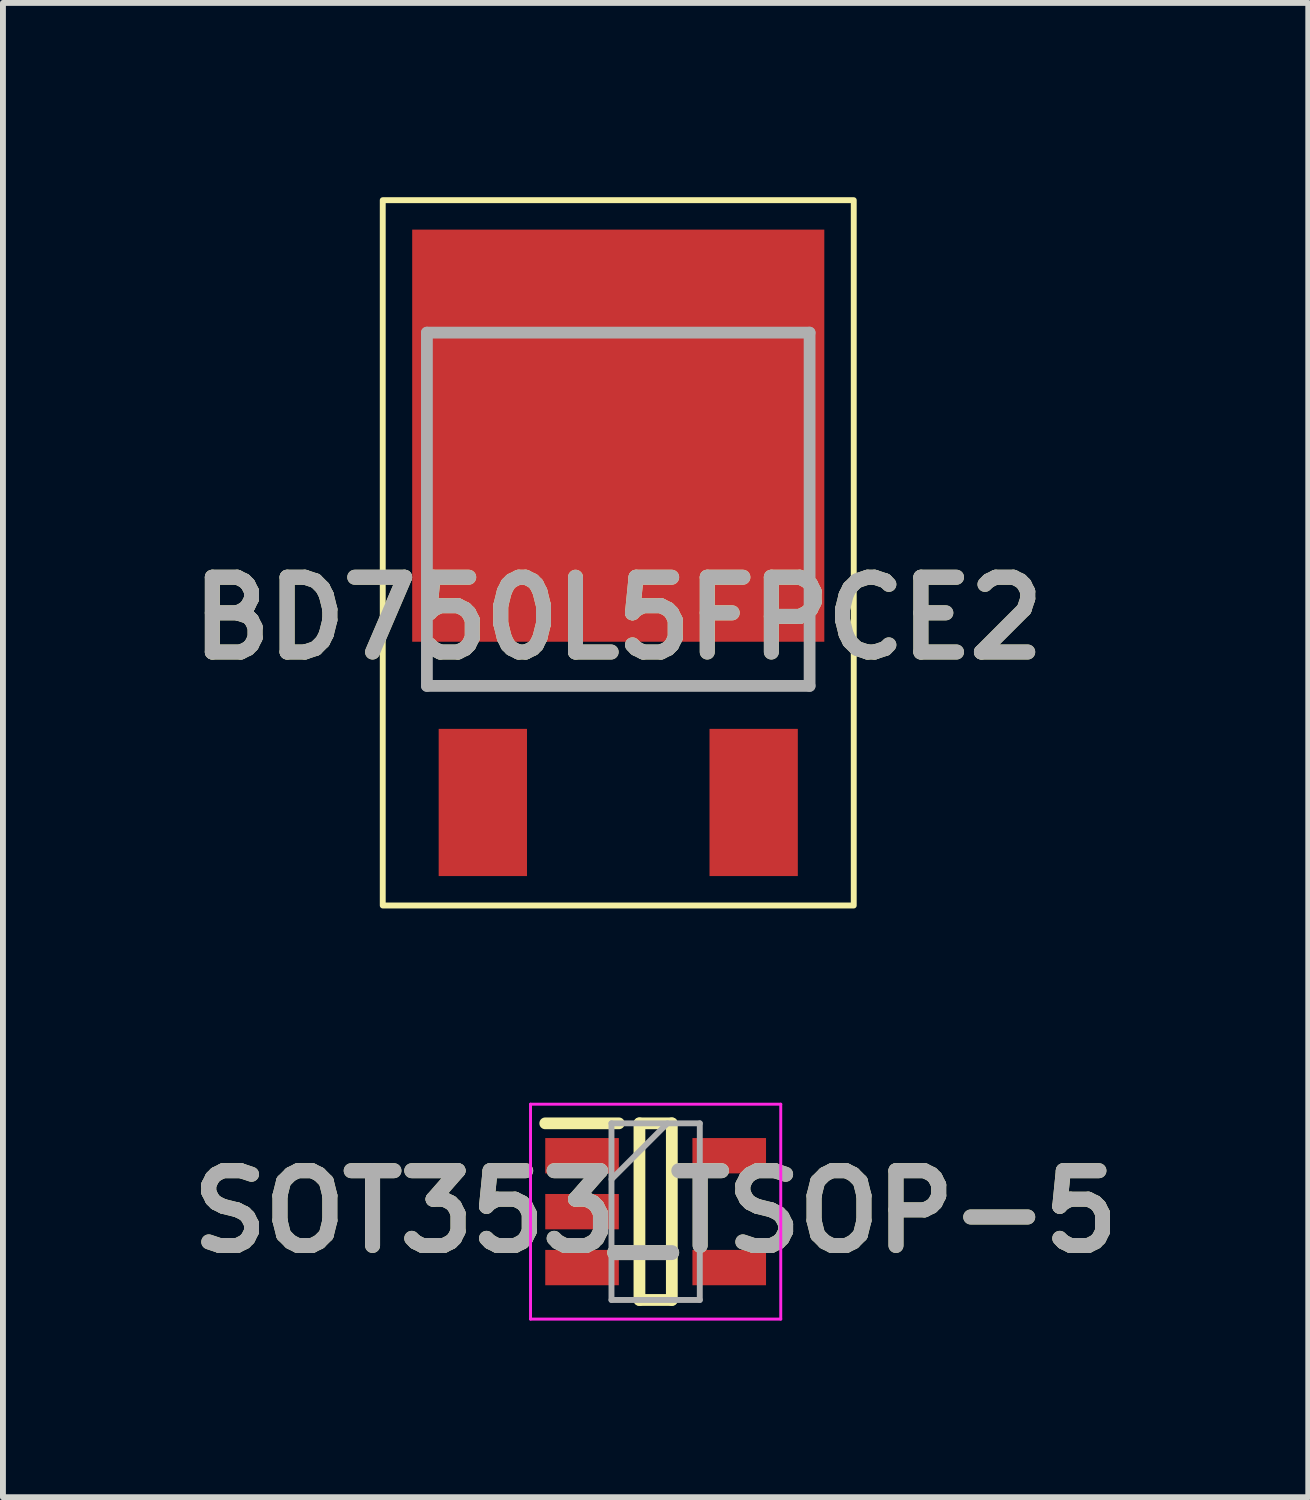
<source format=kicad_pcb>
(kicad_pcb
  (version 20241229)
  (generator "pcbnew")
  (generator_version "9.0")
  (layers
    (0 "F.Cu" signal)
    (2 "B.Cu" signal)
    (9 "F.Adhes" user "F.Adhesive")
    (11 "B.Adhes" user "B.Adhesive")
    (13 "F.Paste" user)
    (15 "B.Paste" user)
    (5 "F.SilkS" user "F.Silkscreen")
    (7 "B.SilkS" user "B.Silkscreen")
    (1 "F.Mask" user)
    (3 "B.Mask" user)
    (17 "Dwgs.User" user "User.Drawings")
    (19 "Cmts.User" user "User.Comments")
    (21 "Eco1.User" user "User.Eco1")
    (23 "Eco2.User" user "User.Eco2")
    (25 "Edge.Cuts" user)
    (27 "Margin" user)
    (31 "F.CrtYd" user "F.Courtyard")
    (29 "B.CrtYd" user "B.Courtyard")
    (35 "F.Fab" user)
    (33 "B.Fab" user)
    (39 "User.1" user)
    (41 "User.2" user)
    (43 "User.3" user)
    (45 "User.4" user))
  (footprint "SOT353_TSOP-5"
    (layer "F.Cu")
    (at 8.086 17.53)
    (property "Reference" "SOT353_TSOP-5" (at 0 0 0) (layer "F.SilkS") (effects (font (size 1.27 1.27) (thickness 0.254))))
    (attr smd)
    (fp_line (start -1.875 -1.5) (end -0.625 -1.5) (stroke (width 0.2) (type solid)) (layer "F.SilkS"))
    (fp_line (start -0.275 -1.5) (end 0.275 -1.5) (stroke (width 0.2) (type solid)) (layer "F.SilkS"))
    (fp_line (start -0.275 1.5) (end -0.275 -1.5) (stroke (width 0.2) (type solid)) (layer "F.SilkS"))
    (fp_line (start 0.275 -1.5) (end 0.275 1.5) (stroke (width 0.2) (type solid)) (layer "F.SilkS"))
    (fp_line (start 0.275 1.5) (end -0.275 1.5) (stroke (width 0.2) (type solid)) (layer "F.SilkS"))
    (fp_line (start -2.125 -1.825) (end 2.125 -1.825) (stroke (width 0.05) (type solid)) (layer "F.CrtYd"))
    (fp_line (start -2.125 1.825) (end -2.125 -1.825) (stroke (width 0.05) (type solid)) (layer "F.CrtYd"))
    (fp_line (start 2.125 -1.825) (end 2.125 1.825) (stroke (width 0.05) (type solid)) (layer "F.CrtYd"))
    (fp_line (start 2.125 1.825) (end -2.125 1.825) (stroke (width 0.05) (type solid)) (layer "F.CrtYd"))
    (fp_line (start -0.75 -1.5) (end 0.75 -1.5) (stroke (width 0.1) (type solid)) (layer "F.Fab"))
    (fp_line (start -0.75 -0.55) (end 0.2 -1.5) (stroke (width 0.1) (type solid)) (layer "F.Fab"))
    (fp_line (start -0.75 1.5) (end -0.75 -1.5) (stroke (width 0.1) (type solid)) (layer "F.Fab"))
    (fp_line (start 0.75 -1.5) (end 0.75 1.5) (stroke (width 0.1) (type solid)) (layer "F.Fab"))
    (fp_line (start 0.75 1.5) (end -0.75 1.5) (stroke (width 0.1) (type solid)) (layer "F.Fab"))
    (fp_text user "${REFERENCE}" (at 0 0 0) (layer "F.Fab") (effects (font (size 1.27 1.27) (thickness 0.254))))
    (pad "1" smd rect (at -1.25 -0.95 90) (size 0.6 1.25) (layers "F.Cu" "F.Mask" "F.Paste"))
    (pad "2" smd rect (at -1.25 0 90) (size 0.6 1.25) (layers "F.Cu" "F.Mask" "F.Paste"))
    (pad "3" smd rect (at -1.25 0.95 90) (size 0.6 1.25) (layers "F.Cu" "F.Mask" "F.Paste"))
    (pad "4" smd rect (at 1.25 0.95 90) (size 0.6 1.25) (layers "F.Cu" "F.Mask" "F.Paste"))
    (pad "5" smd rect (at 1.25 -0.95 90) (size 0.6 1.25) (layers "F.Cu" "F.Mask" "F.Paste")))
  (footprint "BD750L5FPCE2"
    (layer "F.Cu")
    (at 7.451 2.6)
    (property "Reference" "BD750L5FPCE2" (at 0 4.85 0) (layer "F.SilkS") (effects (font (size 1.27 1.27) (thickness 0.254))))
    (attr smd)
    (fp_line (start -3.25 5.5) (end -3.25 6) (stroke (width 0.1) (type solid)) (layer "F.SilkS"))
    (fp_line (start -3.25 6) (end 3.25 6) (stroke (width 0.1) (type solid)) (layer "F.SilkS"))
    (fp_line (start 3.25 6) (end 3.25 5.5) (stroke (width 0.1) (type solid)) (layer "F.SilkS"))
    (fp_rect (start -4 -2.25) (end 4 9.73) (stroke (width 0.1) (type default)) (fill no) (layer "F.SilkS"))
    (fp_rect (start -4.3 -2.55) (end 4.3 10.03) (stroke (width 0.1) (type default)) (fill no) (layer "Margin"))
    (fp_line (start -3.25 0) (end 3.25 0) (stroke (width 0.2) (type solid)) (layer "F.Fab"))
    (fp_line (start -3.25 6) (end -3.25 0) (stroke (width 0.2) (type solid)) (layer "F.Fab"))
    (fp_line (start 3.25 0) (end 3.25 6) (stroke (width 0.2) (type solid)) (layer "F.Fab"))
    (fp_line (start 3.25 6) (end -3.25 6) (stroke (width 0.2) (type solid)) (layer "F.Fab"))
    (fp_text user "${REFERENCE}" (at 0 4.85 0) (layer "F.Fab") (effects (font (size 1.27 1.27) (thickness 0.254))))
    (pad "1" smd rect (at -2.3 7.98) (size 1.5 2.5) (layers "F.Cu" "F.Mask" "F.Paste"))
    (pad "3" smd rect (at 2.3 7.98) (size 1.5 2.5) (layers "F.Cu" "F.Mask" "F.Paste"))
    (pad "4" smd rect (at 0 1.75 90) (size 7 7) (layers "F.Cu" "F.Mask" "F.Paste")))
  (gr_rect
    (start -3 -3)
    (end 19.171 22.38)
    (stroke (width 0.1) (type default))
    (fill no)
    (layer "Edge.Cuts")))
</source>
